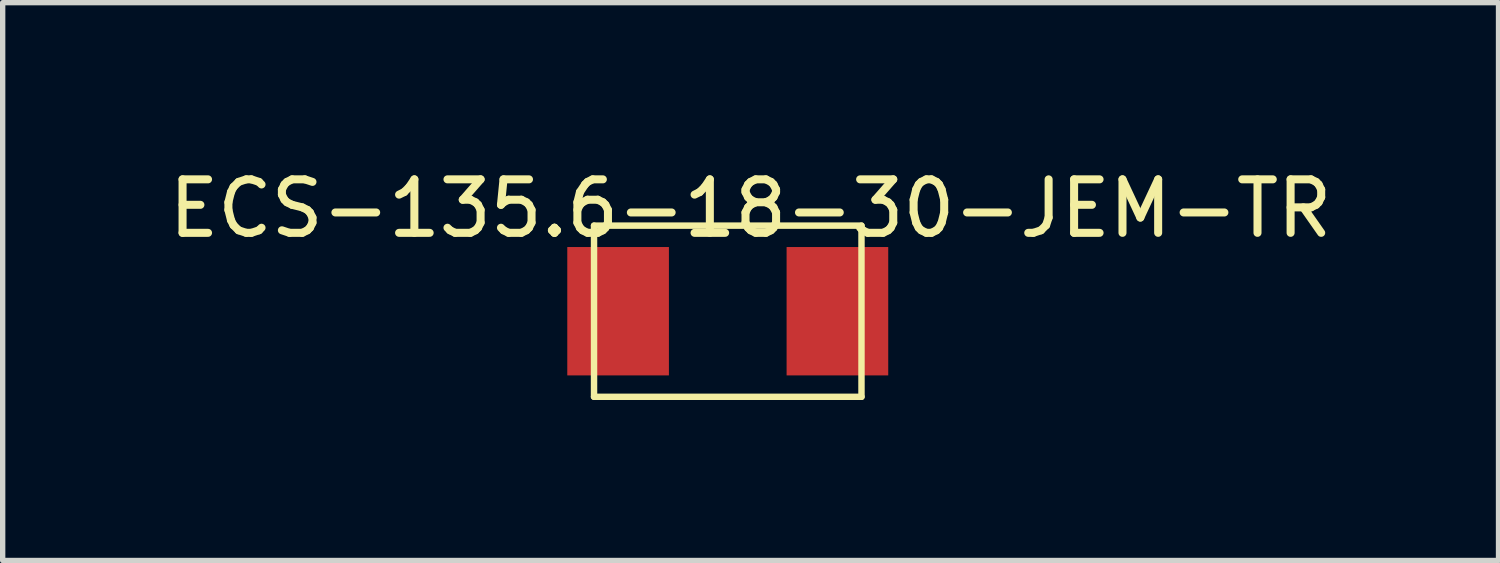
<source format=kicad_pcb>
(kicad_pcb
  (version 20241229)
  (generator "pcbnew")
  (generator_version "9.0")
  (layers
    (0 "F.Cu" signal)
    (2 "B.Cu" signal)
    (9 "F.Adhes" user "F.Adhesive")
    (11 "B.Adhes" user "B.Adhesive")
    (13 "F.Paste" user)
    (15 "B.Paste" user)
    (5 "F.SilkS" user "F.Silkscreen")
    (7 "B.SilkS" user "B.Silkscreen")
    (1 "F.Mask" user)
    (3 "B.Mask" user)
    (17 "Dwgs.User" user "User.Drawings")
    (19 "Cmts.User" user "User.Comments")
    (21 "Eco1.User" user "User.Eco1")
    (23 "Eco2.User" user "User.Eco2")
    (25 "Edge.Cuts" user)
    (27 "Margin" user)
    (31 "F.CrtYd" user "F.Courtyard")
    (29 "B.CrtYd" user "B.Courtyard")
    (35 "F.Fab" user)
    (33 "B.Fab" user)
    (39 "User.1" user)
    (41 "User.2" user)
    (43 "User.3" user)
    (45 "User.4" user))
  (footprint "ECS-135.6-18-30-JEM-TR"
    (layer "F.Cu")
    (at 10.555 2.768)
    (property "Reference" "ECS-135.6-18-30-JEM-TR" (at 0.427 -1.92 0) (layer "F.SilkS") (effects (font (size 1 1) (thickness 0.15))))
    (attr through_hole)
    (fp_line (start -2.5 -1.6) (end -2.5 1.6) (stroke (width 0.12) (type solid)) (layer "F.SilkS"))
    (fp_line (start -2.5 1.6) (end 2.5 1.6) (stroke (width 0.12) (type solid)) (layer "F.SilkS"))
    (fp_line (start 2.5 -1.6) (end -2.5 -1.6) (stroke (width 0.12) (type solid)) (layer "F.SilkS"))
    (fp_line (start 2.5 1.6) (end 2.5 -1.6) (stroke (width 0.12) (type solid)) (layer "F.SilkS"))
    (pad "1" smd rect (at -2.05 0) (size 1.9 2.4) (layers "F.Cu" "F.Mask" "F.Paste"))
    (pad "2" smd rect (at 2.05 0) (size 1.9 2.4) (layers "F.Cu" "F.Mask" "F.Paste")))
  (gr_rect
    (start -3 -3)
    (end 24.964 7.428)
    (stroke (width 0.1) (type default))
    (fill no)
    (layer "Edge.Cuts")))
</source>
